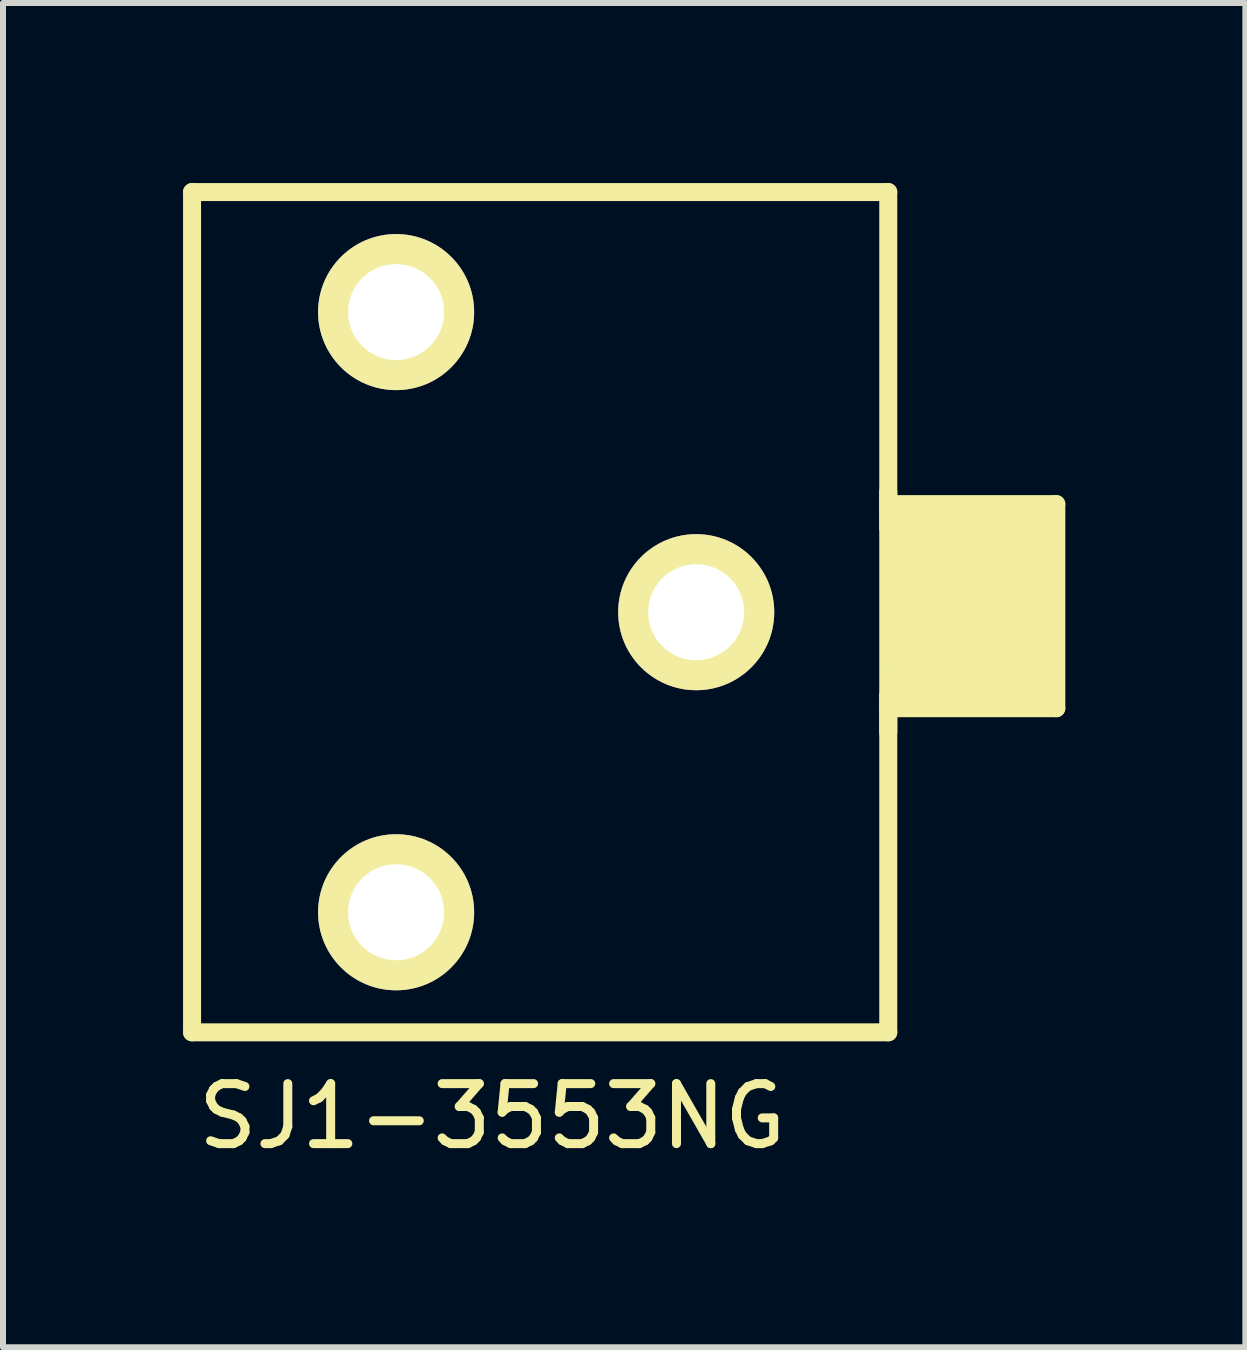
<source format=kicad_pcb>
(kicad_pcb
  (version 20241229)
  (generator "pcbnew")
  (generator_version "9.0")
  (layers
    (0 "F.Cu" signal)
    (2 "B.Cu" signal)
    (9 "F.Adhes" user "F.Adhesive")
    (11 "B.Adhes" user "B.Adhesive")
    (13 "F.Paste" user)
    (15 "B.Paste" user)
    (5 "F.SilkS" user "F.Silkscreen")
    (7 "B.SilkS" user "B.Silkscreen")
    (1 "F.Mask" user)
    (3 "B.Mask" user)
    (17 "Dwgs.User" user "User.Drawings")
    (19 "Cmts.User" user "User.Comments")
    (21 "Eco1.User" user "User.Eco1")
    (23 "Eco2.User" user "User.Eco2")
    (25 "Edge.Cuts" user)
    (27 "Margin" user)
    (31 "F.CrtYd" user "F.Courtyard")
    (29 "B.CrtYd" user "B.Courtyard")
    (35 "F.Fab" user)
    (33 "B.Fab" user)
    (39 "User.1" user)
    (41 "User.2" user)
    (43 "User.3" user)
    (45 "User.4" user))
  (footprint "SJ1-3553NG"
    (layer "F.Cu")
    (at 5.35 7.15)
    (property "Reference" "SJ1-3553NG" (at -0.2 8.4 0) (layer "F.SilkS") (effects (font (size 1 1) (thickness 0.15))))
    (attr through_hole)
    (fp_line (start -5.2 -7) (end -5.2 7) (stroke (width 0.3) (type solid)) (layer "F.SilkS"))
    (fp_line (start -5.2 7) (end 6.4 7) (stroke (width 0.3) (type solid)) (layer "F.SilkS"))
    (fp_line (start 6.4 -7) (end -5.2 -7) (stroke (width 0.3) (type solid)) (layer "F.SilkS"))
    (fp_line (start 6.4 -2) (end 6.4 2) (stroke (width 0.3) (type solid)) (layer "F.SilkS"))
    (fp_line (start 6.4 -1.4) (end 6.4 -7) (stroke (width 0.3) (type solid)) (layer "F.SilkS"))
    (fp_line (start 6.4 1.4) (end 8.4 1.4) (stroke (width 0.3) (type solid)) (layer "F.SilkS"))
    (fp_line (start 6.4 1.6) (end 9.2 1.6) (stroke (width 0.3) (type solid)) (layer "F.SilkS"))
    (fp_line (start 6.4 7) (end 6.4 1.4) (stroke (width 0.3) (type solid)) (layer "F.SilkS"))
    (fp_line (start 6.8 -1.4) (end 6.8 1.2) (stroke (width 1) (type solid)) (layer "F.SilkS"))
    (fp_line (start 7 -1.4) (end 6.8 -1.4) (stroke (width 1) (type solid)) (layer "F.SilkS"))
    (fp_line (start 7 -1.4) (end 8.8 -1.4) (stroke (width 1) (type solid)) (layer "F.SilkS"))
    (fp_line (start 7.6 -1.4) (end 7.6 1.2) (stroke (width 1) (type solid)) (layer "F.SilkS"))
    (fp_line (start 8.2 1.2) (end 8.2 -1) (stroke (width 1) (type solid)) (layer "F.SilkS"))
    (fp_line (start 8.8 -1.4) (end 8.8 1.2) (stroke (width 1) (type solid)) (layer "F.SilkS"))
    (fp_line (start 8.8 1.2) (end 6.8 1.2) (stroke (width 1) (type solid)) (layer "F.SilkS"))
    (fp_line (start 9.2 -1.8) (end 6.4 -1.8) (stroke (width 0.3) (type solid)) (layer "F.SilkS"))
    (fp_line (start 9.2 1.6) (end 9.2 -1.8) (stroke (width 0.3) (type solid)) (layer "F.SilkS"))
    (pad "1" thru_hole circle (at 3.2 0) (size 2.6 2.6) (drill 1.6) (layers "*.Cu" "*.Mask" "F.SilkS"))
    (pad "2" thru_hole circle (at -1.8 -5) (size 2.6 2.6) (drill 1.6) (layers "*.Cu" "*.Mask" "F.SilkS"))
    (pad "3" thru_hole circle (at -1.8 5) (size 2.6 2.6) (drill 1.6) (layers "*.Cu" "*.Mask" "F.SilkS")))
  (gr_rect
    (start -3 -3)
    (end 17.7 19.398)
    (stroke (width 0.1) (type default))
    (fill no)
    (layer "Edge.Cuts")))
</source>
